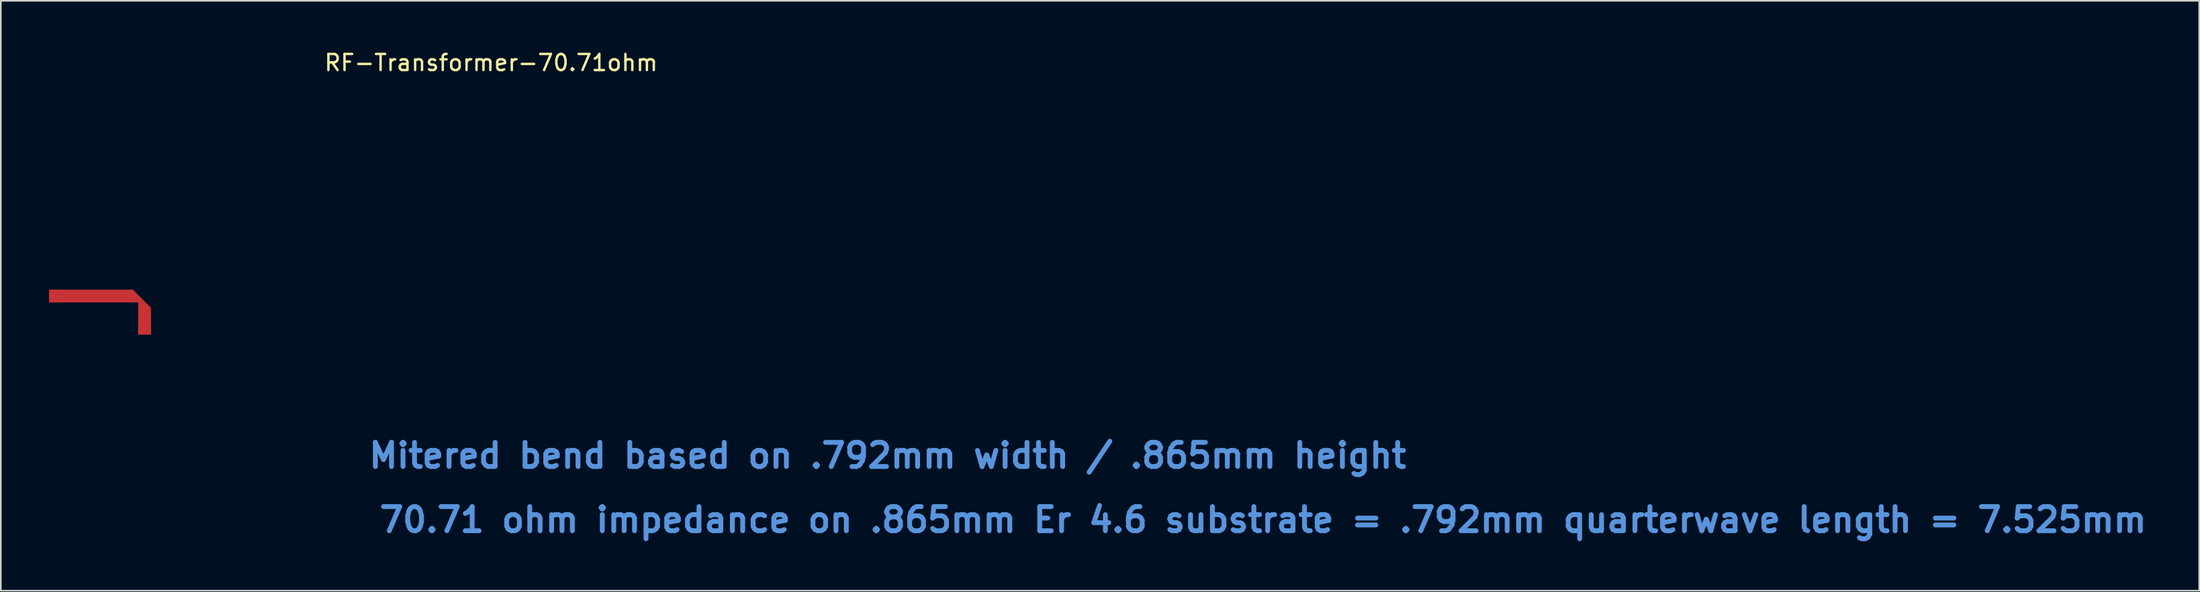
<source format=kicad_pcb>
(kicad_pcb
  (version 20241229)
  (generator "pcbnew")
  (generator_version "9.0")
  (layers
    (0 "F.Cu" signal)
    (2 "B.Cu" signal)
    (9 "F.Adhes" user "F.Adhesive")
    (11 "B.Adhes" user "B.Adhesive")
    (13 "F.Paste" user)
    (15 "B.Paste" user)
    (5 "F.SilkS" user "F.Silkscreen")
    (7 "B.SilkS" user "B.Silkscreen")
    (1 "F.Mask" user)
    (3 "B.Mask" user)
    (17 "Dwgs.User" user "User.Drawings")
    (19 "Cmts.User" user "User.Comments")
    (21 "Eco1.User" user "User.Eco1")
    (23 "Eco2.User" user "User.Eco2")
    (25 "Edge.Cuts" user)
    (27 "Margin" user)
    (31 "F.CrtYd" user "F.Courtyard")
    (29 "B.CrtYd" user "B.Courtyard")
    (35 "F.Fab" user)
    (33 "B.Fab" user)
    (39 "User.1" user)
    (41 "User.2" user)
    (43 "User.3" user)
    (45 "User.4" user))
  (footprint "RF-Transformer-70.71ohm"
    (layer "F.Cu")
    (at 5.921 15.348)
    (property "Reference" "RF-Transformer-70.71ohm" (at 21.5 -14.5 0) (unlocked yes) (layer "F.SilkS") (effects (font (size 1 1) (thickness 0.15))))
    (fp_poly (pts (xy -5.921 0.396) (xy -5.921 -0.396) (xy -0.726 -0.396) (xy 0.066 0.396) (xy -0.396 0.396)) (stroke (width 0.0001) (type solid)) (fill yes) (layer "F.Cu"))
    (fp_poly (pts (xy 0.396 0.726) (xy 0.396 2.396) (xy -0.396 2.396) (xy -0.396 0.396) (xy 0.066 0.396)) (stroke (width 0.0001) (type solid)) (fill yes) (layer "F.Cu"))
    (fp_text user "Mitered bend based on .792mm width / .865mm height" (at 46.105 9.915 0) (unlocked yes) (layer "Cmts.User") (effects (font (size 1.5 1.5) (thickness 0.3))))
    (fp_text user "70.71 ohm impedance on .865mm Er 4.6 substrate = .792mm quarterwave length = 7.525mm" (at 69.397 13.907 0) (unlocked yes) (layer "Cmts.User") (effects (font (size 1.5 1.5) (thickness 0.3))))
    (pad "1" smd rect (at -5.524 0) (size 0.792 0.792) (layers "F.Cu"))
    (pad "2" smd rect (at 0 2) (size 0.792 0.792) (layers "F.Cu")))
  (gr_rect
    (start -3 -3)
    (end 133.403 33.659)
    (stroke (width 0.1) (type default))
    (fill no)
    (layer "Edge.Cuts")))
</source>
